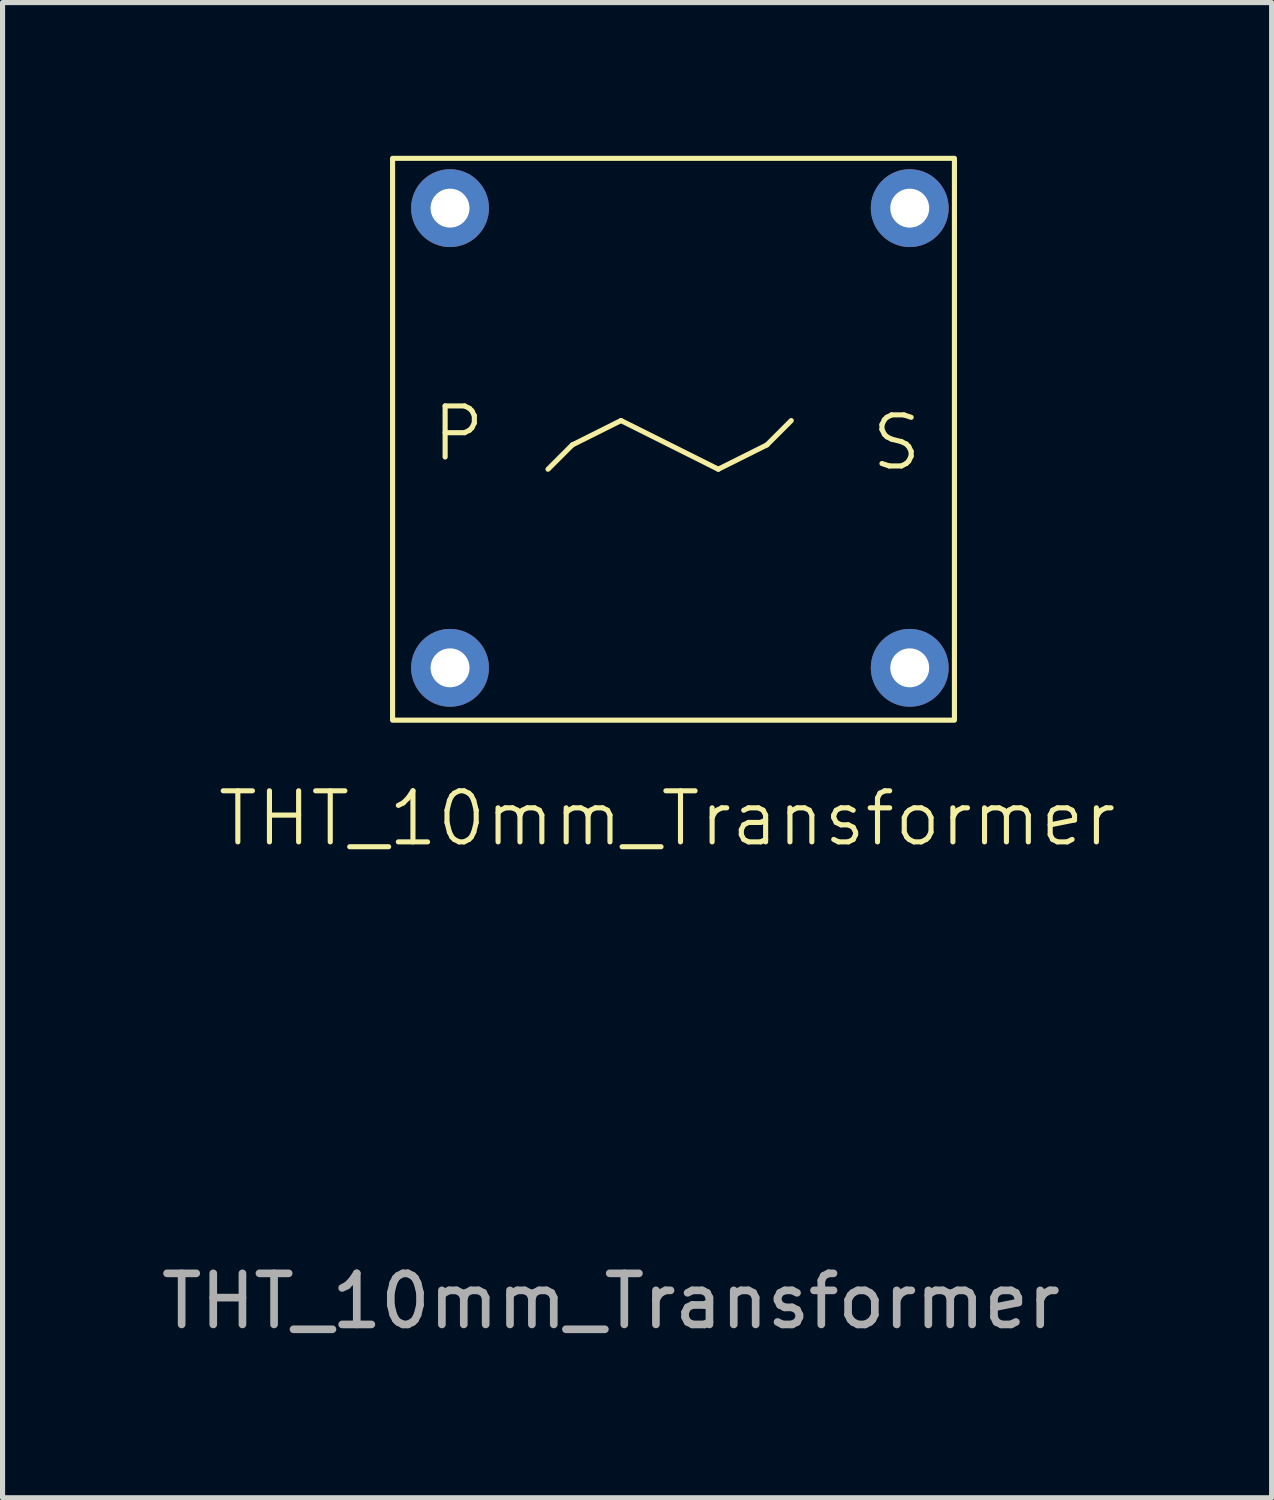
<source format=kicad_pcb>
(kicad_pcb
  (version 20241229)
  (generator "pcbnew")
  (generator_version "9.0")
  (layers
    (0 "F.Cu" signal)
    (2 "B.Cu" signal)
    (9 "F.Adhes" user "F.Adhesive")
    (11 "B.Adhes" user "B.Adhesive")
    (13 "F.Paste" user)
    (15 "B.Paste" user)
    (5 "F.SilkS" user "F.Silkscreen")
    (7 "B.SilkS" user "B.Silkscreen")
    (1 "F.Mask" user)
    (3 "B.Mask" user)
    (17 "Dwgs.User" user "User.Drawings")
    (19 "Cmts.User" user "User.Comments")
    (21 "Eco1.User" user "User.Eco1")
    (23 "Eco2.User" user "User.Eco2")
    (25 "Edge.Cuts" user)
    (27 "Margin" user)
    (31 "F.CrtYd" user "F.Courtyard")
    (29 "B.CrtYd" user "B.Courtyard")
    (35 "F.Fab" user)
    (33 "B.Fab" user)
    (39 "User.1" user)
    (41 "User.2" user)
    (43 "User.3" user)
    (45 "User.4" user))
  (footprint "THT_10mm_Transformer"
    (layer "F.Cu")
    (at 14.661 14.475)
    (property "Reference" "THT_10mm_Transformer" (at -4.65 -1.5 0) (unlocked yes) (layer "F.SilkS") (effects (font (size 1 1) (thickness 0.1))))
    (attr through_hole)
    (fp_rect (start -10.025 -14.425) (end 0.975 -3.425) (stroke (width 0.1) (type default)) (fill no) (layer "F.SilkS"))
    (fp_text user "S" (at -0.7 -8.275 0) (unlocked yes) (layer "F.SilkS") (effects (font (size 1 1) (thickness 0.1)) (justify left bottom)))
    (fp_text user "~" (at -8 -3.3 0) (unlocked yes) (layer "F.SilkS") (effects (font (size 10 10) (thickness 0.1)) (justify left bottom)))
    (fp_text user "P" (at -9.3 -8.45 0) (unlocked yes) (layer "F.SilkS") (effects (font (size 1 1) (thickness 0.1)) (justify left bottom)))
    (fp_text user "${REFERENCE}" (at -5.75 7.95 0) (unlocked yes) (layer "F.Fab") (effects (font (size 1 1) (thickness 0.15))))
    (pad "1" thru_hole circle (at -8.9 -13.45) (size 1.524 1.524) (drill 0.762) (layers "*.Cu" "*.Mask"))
    (pad "2" thru_hole circle (at -8.9 -4.45) (size 1.524 1.524) (drill 0.762) (layers "*.Cu" "*.Mask"))
    (pad "3" thru_hole circle (at 0.1 -13.45) (size 1.524 1.524) (drill 0.762) (layers "*.Cu" "*.Mask"))
    (pad "4" thru_hole circle (at 0.1 -4.45) (size 1.524 1.524) (drill 0.762) (layers "*.Cu" "*.Mask")))
  (gr_rect
    (start -3 -3)
    (end 21.846 26.273)
    (stroke (width 0.1) (type default))
    (fill no)
    (layer "Edge.Cuts")))
</source>
